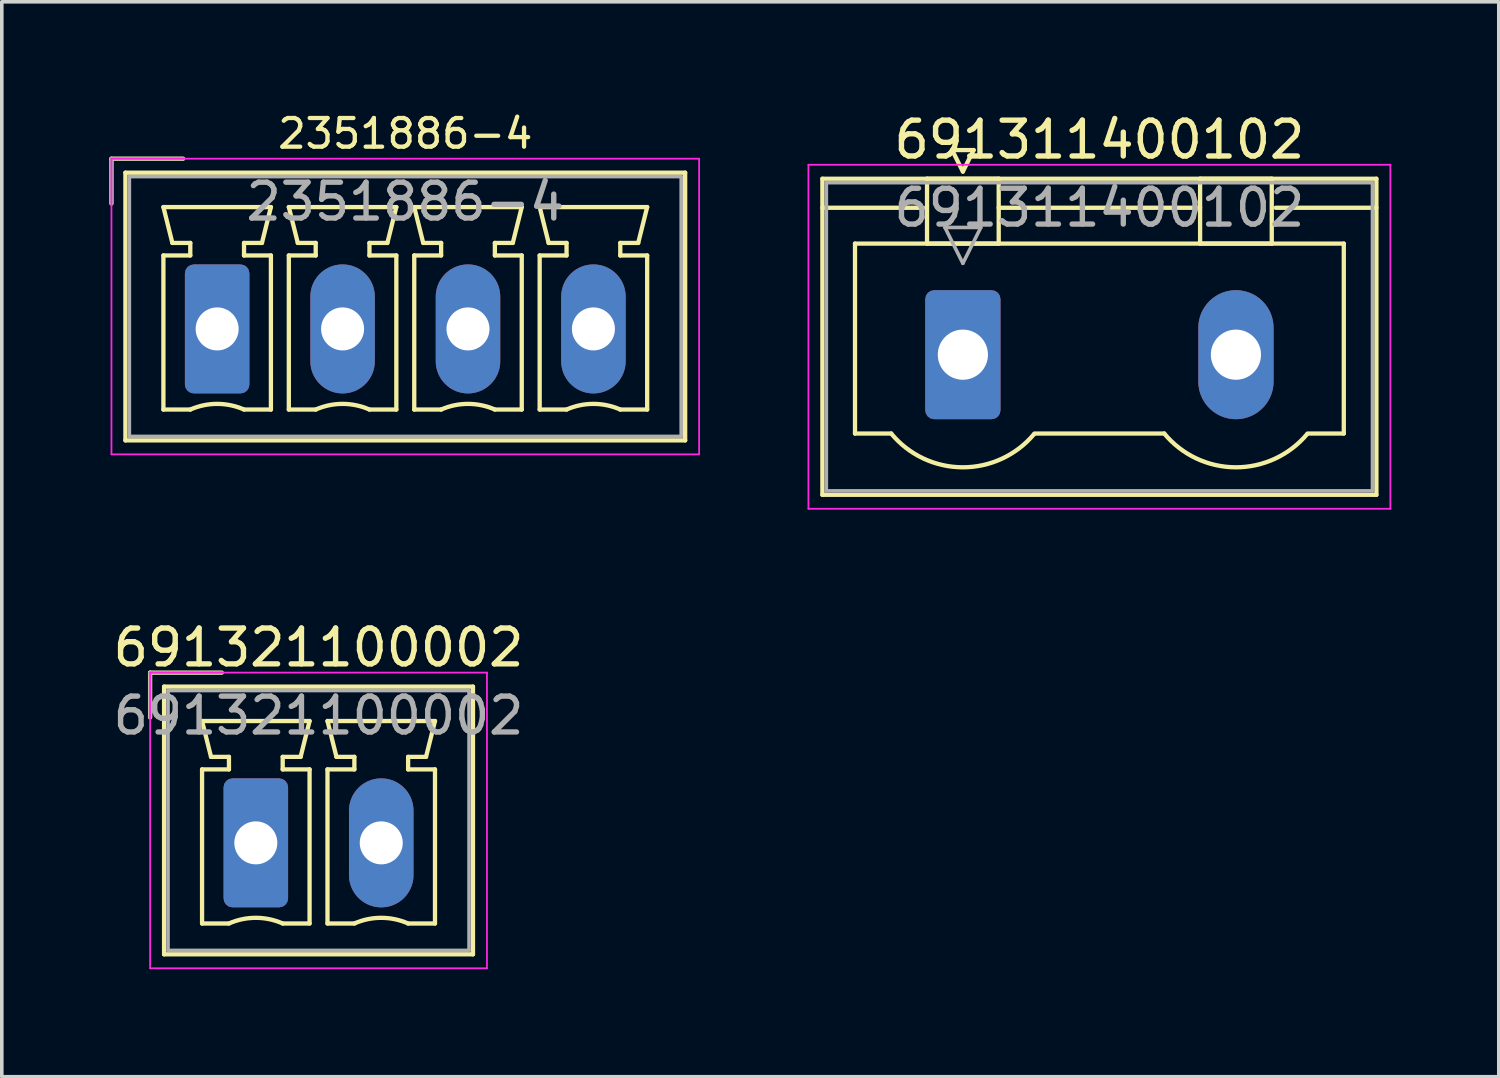
<source format=kicad_pcb>
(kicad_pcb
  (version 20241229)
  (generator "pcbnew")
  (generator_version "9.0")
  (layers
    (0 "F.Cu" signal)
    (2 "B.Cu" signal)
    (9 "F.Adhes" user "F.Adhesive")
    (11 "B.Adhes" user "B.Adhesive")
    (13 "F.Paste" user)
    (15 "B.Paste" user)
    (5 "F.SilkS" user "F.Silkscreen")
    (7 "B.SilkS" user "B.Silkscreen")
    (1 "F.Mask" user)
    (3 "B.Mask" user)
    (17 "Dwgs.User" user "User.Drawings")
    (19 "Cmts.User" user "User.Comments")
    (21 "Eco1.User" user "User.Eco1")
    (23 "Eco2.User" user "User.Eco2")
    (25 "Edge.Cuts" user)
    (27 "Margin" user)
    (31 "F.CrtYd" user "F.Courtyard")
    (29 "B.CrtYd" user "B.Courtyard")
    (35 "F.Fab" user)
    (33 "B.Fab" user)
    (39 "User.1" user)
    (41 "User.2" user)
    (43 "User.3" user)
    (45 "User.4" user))
  (footprint "691321100002"
    (layer "F.Cu")
    (at 4.089 20.471)
    (property "Reference" "691321100002" (at 1.75 -5.45 0) (layer "F.SilkS") (effects (font (size 1 1) (thickness 0.15))))
    (attr through_hole)
    (fp_line (start -2.95 -4.75) (end -0.95 -4.75) (stroke (width 0.12) (type solid)) (layer "F.SilkS"))
    (fp_line (start -2.95 -3.5) (end -2.95 -4.75) (stroke (width 0.12) (type solid)) (layer "F.SilkS"))
    (fp_line (start -2.56 -4.36) (end -2.56 3.11) (stroke (width 0.12) (type solid)) (layer "F.SilkS"))
    (fp_line (start -2.56 3.11) (end 6.06 3.11) (stroke (width 0.12) (type solid)) (layer "F.SilkS"))
    (fp_line (start -1.5 -3.4) (end 1.5 -3.4) (stroke (width 0.12) (type solid)) (layer "F.SilkS"))
    (fp_line (start -1.5 -2.05) (end -0.75 -2.05) (stroke (width 0.12) (type solid)) (layer "F.SilkS"))
    (fp_line (start -1.5 2.25) (end -1.5 -2.05) (stroke (width 0.12) (type solid)) (layer "F.SilkS"))
    (fp_line (start -1.25 -2.4) (end -1.5 -3.4) (stroke (width 0.12) (type solid)) (layer "F.SilkS"))
    (fp_line (start -0.75 -2.4) (end -1.25 -2.4) (stroke (width 0.12) (type solid)) (layer "F.SilkS"))
    (fp_line (start -0.75 -2.05) (end -0.75 -2.4) (stroke (width 0.12) (type solid)) (layer "F.SilkS"))
    (fp_line (start -0.75 2.25) (end -1.5 2.25) (stroke (width 0.12) (type solid)) (layer "F.SilkS"))
    (fp_line (start 0.75 -2.4) (end 0.75 -2.05) (stroke (width 0.12) (type solid)) (layer "F.SilkS"))
    (fp_line (start 0.75 -2.05) (end 1.5 -2.05) (stroke (width 0.12) (type solid)) (layer "F.SilkS"))
    (fp_line (start 1.25 -2.4) (end 0.75 -2.4) (stroke (width 0.12) (type solid)) (layer "F.SilkS"))
    (fp_line (start 1.5 -3.4) (end 1.25 -2.4) (stroke (width 0.12) (type solid)) (layer "F.SilkS"))
    (fp_line (start 1.5 -2.05) (end 1.5 2.25) (stroke (width 0.12) (type solid)) (layer "F.SilkS"))
    (fp_line (start 1.5 2.25) (end 0.75 2.25) (stroke (width 0.12) (type solid)) (layer "F.SilkS"))
    (fp_line (start 2 -3.4) (end 5 -3.4) (stroke (width 0.12) (type solid)) (layer "F.SilkS"))
    (fp_line (start 2 -2.05) (end 2.75 -2.05) (stroke (width 0.12) (type solid)) (layer "F.SilkS"))
    (fp_line (start 2 2.25) (end 2 -2.05) (stroke (width 0.12) (type solid)) (layer "F.SilkS"))
    (fp_line (start 2.25 -2.4) (end 2 -3.4) (stroke (width 0.12) (type solid)) (layer "F.SilkS"))
    (fp_line (start 2.75 -2.4) (end 2.25 -2.4) (stroke (width 0.12) (type solid)) (layer "F.SilkS"))
    (fp_line (start 2.75 -2.05) (end 2.75 -2.4) (stroke (width 0.12) (type solid)) (layer "F.SilkS"))
    (fp_line (start 2.75 2.25) (end 2 2.25) (stroke (width 0.12) (type solid)) (layer "F.SilkS"))
    (fp_line (start 4.25 -2.4) (end 4.25 -2.05) (stroke (width 0.12) (type solid)) (layer "F.SilkS"))
    (fp_line (start 4.25 -2.05) (end 5 -2.05) (stroke (width 0.12) (type solid)) (layer "F.SilkS"))
    (fp_line (start 4.75 -2.4) (end 4.25 -2.4) (stroke (width 0.12) (type solid)) (layer "F.SilkS"))
    (fp_line (start 5 -3.4) (end 4.75 -2.4) (stroke (width 0.12) (type solid)) (layer "F.SilkS"))
    (fp_line (start 5 -2.05) (end 5 2.25) (stroke (width 0.12) (type solid)) (layer "F.SilkS"))
    (fp_line (start 5 2.25) (end 4.25 2.25) (stroke (width 0.12) (type solid)) (layer "F.SilkS"))
    (fp_line (start 6.06 -4.36) (end -2.56 -4.36) (stroke (width 0.12) (type solid)) (layer "F.SilkS"))
    (fp_line (start 6.06 3.11) (end 6.06 -4.36) (stroke (width 0.12) (type solid)) (layer "F.SilkS"))
    (fp_arc (start -0.75 2.25) (mid -0.000193 2.09191) (end 0.749647 2.249844) (stroke (width 0.12) (type solid)) (layer "F.SilkS"))
    (fp_arc (start 2.75 2.25) (mid 3.499807 2.09191) (end 4.249647 2.249844) (stroke (width 0.12) (type solid)) (layer "F.SilkS"))
    (fp_line (start -2.95 -4.75) (end -2.95 3.5) (stroke (width 0.05) (type solid)) (layer "F.CrtYd"))
    (fp_line (start -2.95 3.5) (end 6.45 3.5) (stroke (width 0.05) (type solid)) (layer "F.CrtYd"))
    (fp_line (start 6.45 -4.75) (end -2.95 -4.75) (stroke (width 0.05) (type solid)) (layer "F.CrtYd"))
    (fp_line (start 6.45 3.5) (end 6.45 -4.75) (stroke (width 0.05) (type solid)) (layer "F.CrtYd"))
    (fp_line (start -2.95 -4.75) (end -0.95 -4.75) (stroke (width 0.1) (type solid)) (layer "F.Fab"))
    (fp_line (start -2.95 -3.5) (end -2.95 -4.75) (stroke (width 0.1) (type solid)) (layer "F.Fab"))
    (fp_line (start -2.45 -4.25) (end -2.45 3) (stroke (width 0.1) (type solid)) (layer "F.Fab"))
    (fp_line (start -2.45 3) (end 5.95 3) (stroke (width 0.1) (type solid)) (layer "F.Fab"))
    (fp_line (start 5.95 -4.25) (end -2.45 -4.25) (stroke (width 0.1) (type solid)) (layer "F.Fab"))
    (fp_line (start 5.95 3) (end 5.95 -4.25) (stroke (width 0.1) (type solid)) (layer "F.Fab"))
    (fp_text user "${REFERENCE}" (at 1.75 -3.55 0) (layer "F.Fab") (effects (font (size 1 1) (thickness 0.15))))
    (pad "1" thru_hole roundrect (at 0 0) (size 1.8 3.6) (drill 1.2) (layers "*.Cu" "*.Mask") (roundrect_rratio 0.139))
    (pad "2" thru_hole oval (at 3.5 0) (size 1.8 3.6) (drill 1.2) (layers "*.Cu" "*.Mask")))
  (footprint "2351886-4"
    (layer "F.Cu")
    (at 3.01 6.129)
    (property "Reference" "2351886-4" (at 5.25 -5.45 0) (layer "F.SilkS") (effects (font (size 0.8 0.8) (thickness 0.12))))
    (attr through_hole)
    (fp_line (start -2.95 -4.75) (end -0.95 -4.75) (stroke (width 0.12) (type solid)) (layer "F.SilkS"))
    (fp_line (start -2.95 -3.5) (end -2.95 -4.75) (stroke (width 0.12) (type solid)) (layer "F.SilkS"))
    (fp_line (start -2.56 -4.36) (end -2.56 3.11) (stroke (width 0.12) (type solid)) (layer "F.SilkS"))
    (fp_line (start -2.56 3.11) (end 13.06 3.11) (stroke (width 0.12) (type solid)) (layer "F.SilkS"))
    (fp_line (start -1.5 -3.4) (end 1.5 -3.4) (stroke (width 0.12) (type solid)) (layer "F.SilkS"))
    (fp_line (start -1.5 -2.05) (end -0.75 -2.05) (stroke (width 0.12) (type solid)) (layer "F.SilkS"))
    (fp_line (start -1.5 2.25) (end -1.5 -2.05) (stroke (width 0.12) (type solid)) (layer "F.SilkS"))
    (fp_line (start -1.25 -2.4) (end -1.5 -3.4) (stroke (width 0.12) (type solid)) (layer "F.SilkS"))
    (fp_line (start -0.75 -2.4) (end -1.25 -2.4) (stroke (width 0.12) (type solid)) (layer "F.SilkS"))
    (fp_line (start -0.75 -2.05) (end -0.75 -2.4) (stroke (width 0.12) (type solid)) (layer "F.SilkS"))
    (fp_line (start -0.75 2.25) (end -1.5 2.25) (stroke (width 0.12) (type solid)) (layer "F.SilkS"))
    (fp_line (start 0.75 -2.4) (end 0.75 -2.05) (stroke (width 0.12) (type solid)) (layer "F.SilkS"))
    (fp_line (start 0.75 -2.05) (end 1.5 -2.05) (stroke (width 0.12) (type solid)) (layer "F.SilkS"))
    (fp_line (start 1.25 -2.4) (end 0.75 -2.4) (stroke (width 0.12) (type solid)) (layer "F.SilkS"))
    (fp_line (start 1.5 -3.4) (end 1.25 -2.4) (stroke (width 0.12) (type solid)) (layer "F.SilkS"))
    (fp_line (start 1.5 -2.05) (end 1.5 2.25) (stroke (width 0.12) (type solid)) (layer "F.SilkS"))
    (fp_line (start 1.5 2.25) (end 0.75 2.25) (stroke (width 0.12) (type solid)) (layer "F.SilkS"))
    (fp_line (start 2 -3.4) (end 5 -3.4) (stroke (width 0.12) (type solid)) (layer "F.SilkS"))
    (fp_line (start 2 -2.05) (end 2.75 -2.05) (stroke (width 0.12) (type solid)) (layer "F.SilkS"))
    (fp_line (start 2 2.25) (end 2 -2.05) (stroke (width 0.12) (type solid)) (layer "F.SilkS"))
    (fp_line (start 2.25 -2.4) (end 2 -3.4) (stroke (width 0.12) (type solid)) (layer "F.SilkS"))
    (fp_line (start 2.75 -2.4) (end 2.25 -2.4) (stroke (width 0.12) (type solid)) (layer "F.SilkS"))
    (fp_line (start 2.75 -2.05) (end 2.75 -2.4) (stroke (width 0.12) (type solid)) (layer "F.SilkS"))
    (fp_line (start 2.75 2.25) (end 2 2.25) (stroke (width 0.12) (type solid)) (layer "F.SilkS"))
    (fp_line (start 4.25 -2.4) (end 4.25 -2.05) (stroke (width 0.12) (type solid)) (layer "F.SilkS"))
    (fp_line (start 4.25 -2.05) (end 5 -2.05) (stroke (width 0.12) (type solid)) (layer "F.SilkS"))
    (fp_line (start 4.75 -2.4) (end 4.25 -2.4) (stroke (width 0.12) (type solid)) (layer "F.SilkS"))
    (fp_line (start 5 -3.4) (end 4.75 -2.4) (stroke (width 0.12) (type solid)) (layer "F.SilkS"))
    (fp_line (start 5 -2.05) (end 5 2.25) (stroke (width 0.12) (type solid)) (layer "F.SilkS"))
    (fp_line (start 5 2.25) (end 4.25 2.25) (stroke (width 0.12) (type solid)) (layer "F.SilkS"))
    (fp_line (start 5.5 -3.4) (end 8.5 -3.4) (stroke (width 0.12) (type solid)) (layer "F.SilkS"))
    (fp_line (start 5.5 -2.05) (end 6.25 -2.05) (stroke (width 0.12) (type solid)) (layer "F.SilkS"))
    (fp_line (start 5.5 2.25) (end 5.5 -2.05) (stroke (width 0.12) (type solid)) (layer "F.SilkS"))
    (fp_line (start 5.75 -2.4) (end 5.5 -3.4) (stroke (width 0.12) (type solid)) (layer "F.SilkS"))
    (fp_line (start 6.25 -2.4) (end 5.75 -2.4) (stroke (width 0.12) (type solid)) (layer "F.SilkS"))
    (fp_line (start 6.25 -2.05) (end 6.25 -2.4) (stroke (width 0.12) (type solid)) (layer "F.SilkS"))
    (fp_line (start 6.25 2.25) (end 5.5 2.25) (stroke (width 0.12) (type solid)) (layer "F.SilkS"))
    (fp_line (start 7.75 -2.4) (end 7.75 -2.05) (stroke (width 0.12) (type solid)) (layer "F.SilkS"))
    (fp_line (start 7.75 -2.05) (end 8.5 -2.05) (stroke (width 0.12) (type solid)) (layer "F.SilkS"))
    (fp_line (start 8.25 -2.4) (end 7.75 -2.4) (stroke (width 0.12) (type solid)) (layer "F.SilkS"))
    (fp_line (start 8.5 -3.4) (end 8.25 -2.4) (stroke (width 0.12) (type solid)) (layer "F.SilkS"))
    (fp_line (start 8.5 -2.05) (end 8.5 2.25) (stroke (width 0.12) (type solid)) (layer "F.SilkS"))
    (fp_line (start 8.5 2.25) (end 7.75 2.25) (stroke (width 0.12) (type solid)) (layer "F.SilkS"))
    (fp_line (start 9 -3.4) (end 12 -3.4) (stroke (width 0.12) (type solid)) (layer "F.SilkS"))
    (fp_line (start 9 -2.05) (end 9.75 -2.05) (stroke (width 0.12) (type solid)) (layer "F.SilkS"))
    (fp_line (start 9 2.25) (end 9 -2.05) (stroke (width 0.12) (type solid)) (layer "F.SilkS"))
    (fp_line (start 9.25 -2.4) (end 9 -3.4) (stroke (width 0.12) (type solid)) (layer "F.SilkS"))
    (fp_line (start 9.75 -2.4) (end 9.25 -2.4) (stroke (width 0.12) (type solid)) (layer "F.SilkS"))
    (fp_line (start 9.75 -2.05) (end 9.75 -2.4) (stroke (width 0.12) (type solid)) (layer "F.SilkS"))
    (fp_line (start 9.75 2.25) (end 9 2.25) (stroke (width 0.12) (type solid)) (layer "F.SilkS"))
    (fp_line (start 11.25 -2.4) (end 11.25 -2.05) (stroke (width 0.12) (type solid)) (layer "F.SilkS"))
    (fp_line (start 11.25 -2.05) (end 12 -2.05) (stroke (width 0.12) (type solid)) (layer "F.SilkS"))
    (fp_line (start 11.75 -2.4) (end 11.25 -2.4) (stroke (width 0.12) (type solid)) (layer "F.SilkS"))
    (fp_line (start 12 -3.4) (end 11.75 -2.4) (stroke (width 0.12) (type solid)) (layer "F.SilkS"))
    (fp_line (start 12 -2.05) (end 12 2.25) (stroke (width 0.12) (type solid)) (layer "F.SilkS"))
    (fp_line (start 12 2.25) (end 11.25 2.25) (stroke (width 0.12) (type solid)) (layer "F.SilkS"))
    (fp_line (start 13.06 -4.36) (end -2.56 -4.36) (stroke (width 0.12) (type solid)) (layer "F.SilkS"))
    (fp_line (start 13.06 3.11) (end 13.06 -4.36) (stroke (width 0.12) (type solid)) (layer "F.SilkS"))
    (fp_arc (start -0.75 2.25) (mid -0.000193 2.09191) (end 0.749647 2.249844) (stroke (width 0.12) (type solid)) (layer "F.SilkS"))
    (fp_arc (start 2.75 2.25) (mid 3.499807 2.09191) (end 4.249647 2.249844) (stroke (width 0.12) (type solid)) (layer "F.SilkS"))
    (fp_arc (start 6.25 2.25) (mid 6.999807 2.09191) (end 7.749647 2.249844) (stroke (width 0.12) (type solid)) (layer "F.SilkS"))
    (fp_arc (start 9.75 2.25) (mid 10.499807 2.09191) (end 11.249647 2.249844) (stroke (width 0.12) (type solid)) (layer "F.SilkS"))
    (fp_line (start -2.95 -4.75) (end -2.95 3.5) (stroke (width 0.05) (type solid)) (layer "F.CrtYd"))
    (fp_line (start -2.95 3.5) (end 13.45 3.5) (stroke (width 0.05) (type solid)) (layer "F.CrtYd"))
    (fp_line (start 13.45 -4.75) (end -2.95 -4.75) (stroke (width 0.05) (type solid)) (layer "F.CrtYd"))
    (fp_line (start 13.45 3.5) (end 13.45 -4.75) (stroke (width 0.05) (type solid)) (layer "F.CrtYd"))
    (fp_line (start -2.95 -4.75) (end -0.95 -4.75) (stroke (width 0.1) (type solid)) (layer "F.Fab"))
    (fp_line (start -2.95 -3.5) (end -2.95 -4.75) (stroke (width 0.1) (type solid)) (layer "F.Fab"))
    (fp_line (start -2.45 -4.25) (end -2.45 3) (stroke (width 0.1) (type solid)) (layer "F.Fab"))
    (fp_line (start -2.45 3) (end 12.95 3) (stroke (width 0.1) (type solid)) (layer "F.Fab"))
    (fp_line (start 12.95 -4.25) (end -2.45 -4.25) (stroke (width 0.1) (type solid)) (layer "F.Fab"))
    (fp_line (start 12.95 3) (end 12.95 -4.25) (stroke (width 0.1) (type solid)) (layer "F.Fab"))
    (fp_text user "${REFERENCE}" (at 5.25 -3.55 0) (layer "F.Fab") (effects (font (size 1 1) (thickness 0.15))))
    (pad "1" thru_hole roundrect (at 0 0) (size 1.8 3.6) (drill 1.2) (layers "*.Cu" "*.Mask") (roundrect_rratio 0.139))
    (pad "2" thru_hole oval (at 3.5 0) (size 1.8 3.6) (drill 1.2) (layers "*.Cu" "*.Mask"))
    (pad "3" thru_hole oval (at 7 0) (size 1.8 3.6) (drill 1.2) (layers "*.Cu" "*.Mask"))
    (pad "4" thru_hole oval (at 10.5 0) (size 1.8 3.6) (drill 1.2) (layers "*.Cu" "*.Mask")))
  (footprint "691311400102"
    (layer "F.Cu")
    (at 23.82 6.848)
    (property "Reference" "691311400102" (at 3.81 -6 0) (layer "F.SilkS") (effects (font (size 1 1) (thickness 0.15))))
    (attr through_hole)
    (fp_line (start -3.92 -4.91) (end -3.92 3.91) (stroke (width 0.12) (type solid)) (layer "F.SilkS"))
    (fp_line (start -3.92 -4.1) (end -1.11 -4.1) (stroke (width 0.12) (type solid)) (layer "F.SilkS"))
    (fp_line (start -3.92 3.91) (end 11.54 3.91) (stroke (width 0.12) (type solid)) (layer "F.SilkS"))
    (fp_line (start -3.01 -3.1) (end 10.63 -3.1) (stroke (width 0.12) (type solid)) (layer "F.SilkS"))
    (fp_line (start -3.01 2.2) (end -3.01 -3.1) (stroke (width 0.12) (type solid)) (layer "F.SilkS"))
    (fp_line (start -2 2.2) (end -3.01 2.2) (stroke (width 0.12) (type solid)) (layer "F.SilkS"))
    (fp_line (start -1 -4.91) (end 1 -4.91) (stroke (width 0.12) (type solid)) (layer "F.SilkS"))
    (fp_line (start -1 -3.1) (end -1 -4.91) (stroke (width 0.12) (type solid)) (layer "F.SilkS"))
    (fp_line (start -0.3 -5.71) (end 0.3 -5.71) (stroke (width 0.12) (type solid)) (layer "F.SilkS"))
    (fp_line (start 0 -5.11) (end -0.3 -5.71) (stroke (width 0.12) (type solid)) (layer "F.SilkS"))
    (fp_line (start 0.3 -5.71) (end 0 -5.11) (stroke (width 0.12) (type solid)) (layer "F.SilkS"))
    (fp_line (start 1 -4.91) (end 1 -3.1) (stroke (width 0.12) (type solid)) (layer "F.SilkS"))
    (fp_line (start 1 -4.1) (end 6.62 -4.1) (stroke (width 0.12) (type solid)) (layer "F.SilkS"))
    (fp_line (start 1 -3.1) (end -1 -3.1) (stroke (width 0.12) (type solid)) (layer "F.SilkS"))
    (fp_line (start 2 2.2) (end 5.62 2.2) (stroke (width 0.12) (type solid)) (layer "F.SilkS"))
    (fp_line (start 6.62 -4.91) (end 8.62 -4.91) (stroke (width 0.12) (type solid)) (layer "F.SilkS"))
    (fp_line (start 6.62 -3.1) (end 6.62 -4.91) (stroke (width 0.12) (type solid)) (layer "F.SilkS"))
    (fp_line (start 8.62 -4.91) (end 8.62 -3.1) (stroke (width 0.12) (type solid)) (layer "F.SilkS"))
    (fp_line (start 8.62 -3.1) (end 6.62 -3.1) (stroke (width 0.12) (type solid)) (layer "F.SilkS"))
    (fp_line (start 10.63 -3.1) (end 10.63 2.2) (stroke (width 0.12) (type solid)) (layer "F.SilkS"))
    (fp_line (start 10.63 2.2) (end 9.62 2.2) (stroke (width 0.12) (type solid)) (layer "F.SilkS"))
    (fp_line (start 11.54 -4.91) (end -3.92 -4.91) (stroke (width 0.12) (type solid)) (layer "F.SilkS"))
    (fp_line (start 11.54 -4.1) (end 8.73 -4.1) (stroke (width 0.12) (type solid)) (layer "F.SilkS"))
    (fp_line (start 11.54 3.91) (end 11.54 -4.91) (stroke (width 0.12) (type solid)) (layer "F.SilkS"))
    (fp_arc (start 1.986842 2.215821) (mid -0.010289 3.142758) (end -2 2.2) (stroke (width 0.12) (type solid)) (layer "F.SilkS"))
    (fp_arc (start 9.606842 2.215821) (mid 7.609711 3.142758) (end 5.62 2.2) (stroke (width 0.12) (type solid)) (layer "F.SilkS"))
    (fp_line (start -4.31 -5.3) (end -4.31 4.3) (stroke (width 0.05) (type solid)) (layer "F.CrtYd"))
    (fp_line (start -4.31 4.3) (end 11.93 4.3) (stroke (width 0.05) (type solid)) (layer "F.CrtYd"))
    (fp_line (start 11.93 -5.3) (end -4.31 -5.3) (stroke (width 0.05) (type solid)) (layer "F.CrtYd"))
    (fp_line (start 11.93 4.3) (end 11.93 -5.3) (stroke (width 0.05) (type solid)) (layer "F.CrtYd"))
    (fp_line (start -3.81 -4.8) (end -3.81 3.8) (stroke (width 0.1) (type solid)) (layer "F.Fab"))
    (fp_line (start -3.81 3.8) (end 11.43 3.8) (stroke (width 0.1) (type solid)) (layer "F.Fab"))
    (fp_line (start -0.5 -3.55) (end 0.5 -3.55) (stroke (width 0.1) (type solid)) (layer "F.Fab"))
    (fp_line (start 0 -2.55) (end -0.5 -3.55) (stroke (width 0.1) (type solid)) (layer "F.Fab"))
    (fp_line (start 0.5 -3.55) (end 0 -2.55) (stroke (width 0.1) (type solid)) (layer "F.Fab"))
    (fp_line (start 11.43 -4.8) (end -3.81 -4.8) (stroke (width 0.1) (type solid)) (layer "F.Fab"))
    (fp_line (start 11.43 3.8) (end 11.43 -4.8) (stroke (width 0.1) (type solid)) (layer "F.Fab"))
    (fp_text user "${REFERENCE}" (at 3.81 -4.1 0) (layer "F.Fab") (effects (font (size 1 1) (thickness 0.15))))
    (pad "1" thru_hole roundrect (at 0 0) (size 2.1 3.6) (drill 1.4) (layers "*.Cu" "*.Mask") (roundrect_rratio 0.119))
    (pad "2" thru_hole oval (at 7.62 0) (size 2.1 3.6) (drill 1.4) (layers "*.Cu" "*.Mask")))
  (gr_rect
    (start -3 -3)
    (end 38.775 26.997)
    (stroke (width 0.1) (type default))
    (fill no)
    (layer "Edge.Cuts")))
</source>
